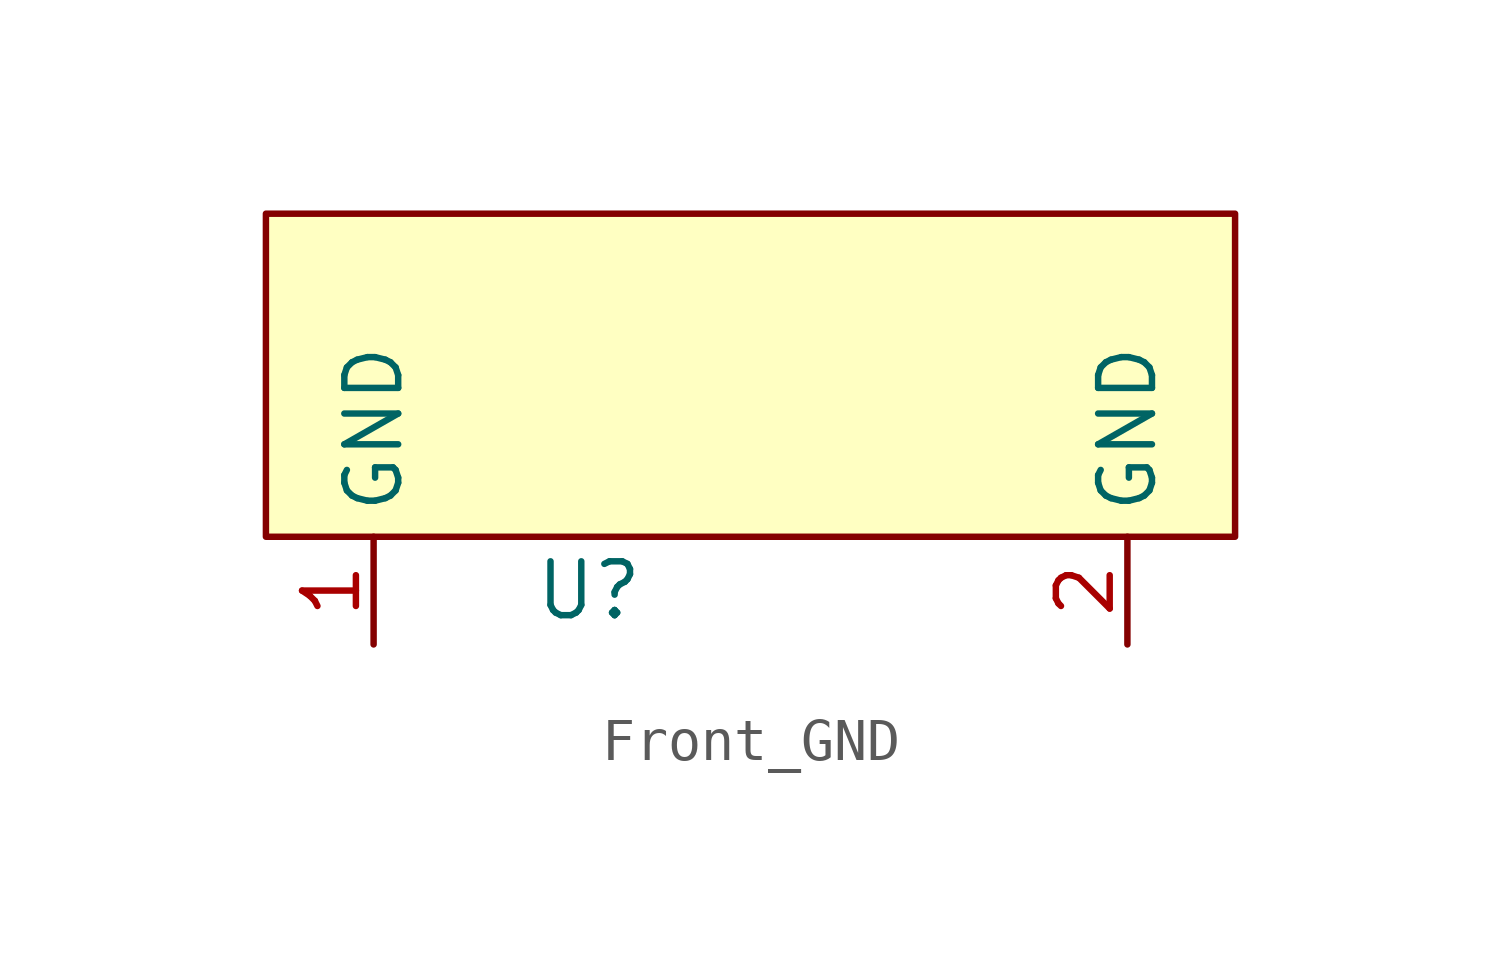
<source format=kicad_sym>
(kicad_symbol_lib
  (version 20231120)
  (generator "kicad_symbol_editor")
  (generator_version "8.0")
  (symbol "Front_GND"
    (property "Reference" "U"
      (at -3.81 -1.27 0)
      (effects (font (size 1.27 1.27))))
    (property "Value" ""
      (at 0 0 0)
      (effects (font (size 1.27 1.27))))
    (symbol "Front_GND_1_1"
      (rectangle (start -11.43 7.62) (end 11.43 0) (stroke (width 0) (type default)) (fill (type background)))
      (pin power_in line (at -8.89 -2.54 90) (length 2.54) (name "GND" (effects (font (size 1.27 1.27)))) (number "1" (effects (font (size 1.27 1.27)))))
      (pin power_in line (at 8.89 -2.54 90) (length 2.54) (name "GND" (effects (font (size 1.27 1.27)))) (number "2" (effects (font (size 1.27 1.27))))))))
</source>
